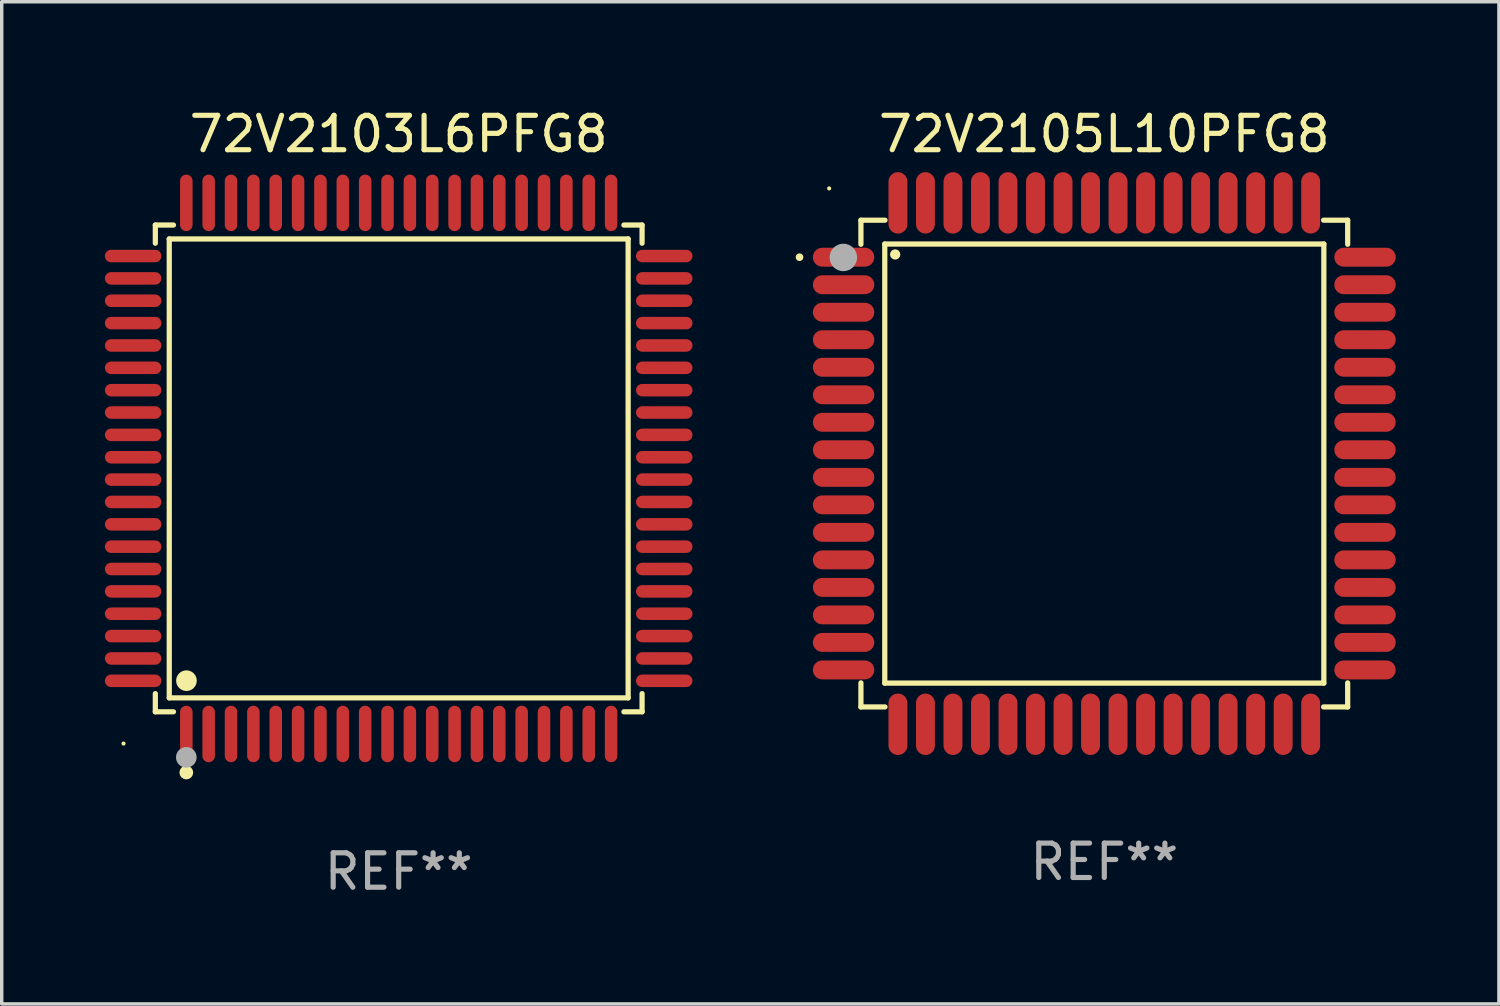
<source format=kicad_pcb>
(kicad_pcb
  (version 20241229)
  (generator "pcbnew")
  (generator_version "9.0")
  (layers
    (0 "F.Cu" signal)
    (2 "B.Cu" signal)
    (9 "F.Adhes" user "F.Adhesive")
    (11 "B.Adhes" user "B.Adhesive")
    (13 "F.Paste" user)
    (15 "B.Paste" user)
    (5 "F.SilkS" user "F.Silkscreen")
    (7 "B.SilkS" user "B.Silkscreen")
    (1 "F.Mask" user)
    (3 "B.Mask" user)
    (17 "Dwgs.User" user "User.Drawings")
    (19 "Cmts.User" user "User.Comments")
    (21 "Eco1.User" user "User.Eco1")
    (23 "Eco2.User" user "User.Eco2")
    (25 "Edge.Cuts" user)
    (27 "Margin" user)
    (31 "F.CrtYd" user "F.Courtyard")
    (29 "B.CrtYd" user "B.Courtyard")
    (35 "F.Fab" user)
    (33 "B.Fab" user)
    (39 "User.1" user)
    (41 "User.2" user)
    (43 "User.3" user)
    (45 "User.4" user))
  (footprint "72V2105L10PFG8"
    (layer "F.Cu")
    (at 29.057 10.428)
    (property "Reference" "72V2105L10PFG8" (at 0 -9.58 0) (layer "F.SilkS") (effects (font (size 1 1) (thickness 0.15))))
    (attr through_hole)
    (fp_line (start -7.076 -7.076) (end -6.376 -7.076) (stroke (width 0.152) (type solid)) (layer "F.SilkS"))
    (fp_line (start -7.076 -6.376) (end -7.076 -7.076) (stroke (width 0.152) (type solid)) (layer "F.SilkS"))
    (fp_line (start -7.076 6.376) (end -7.076 7.076) (stroke (width 0.152) (type solid)) (layer "F.SilkS"))
    (fp_line (start -7.076 7.076) (end -6.376 7.076) (stroke (width 0.152) (type solid)) (layer "F.SilkS"))
    (fp_line (start -6.383 -6.383) (end 6.383 -6.383) (stroke (width 0.152) (type solid)) (layer "F.SilkS"))
    (fp_line (start -6.383 6.383) (end -6.383 -6.383) (stroke (width 0.152) (type solid)) (layer "F.SilkS"))
    (fp_line (start 6.383 -6.383) (end 6.383 6.383) (stroke (width 0.152) (type solid)) (layer "F.SilkS"))
    (fp_line (start 6.383 6.383) (end -6.383 6.383) (stroke (width 0.152) (type solid)) (layer "F.SilkS"))
    (fp_line (start 7.076 -7.076) (end 6.376 -7.076) (stroke (width 0.152) (type solid)) (layer "F.SilkS"))
    (fp_line (start 7.076 -6.376) (end 7.076 -7.076) (stroke (width 0.152) (type solid)) (layer "F.SilkS"))
    (fp_line (start 7.076 6.376) (end 7.076 7.076) (stroke (width 0.152) (type solid)) (layer "F.SilkS"))
    (fp_line (start 7.076 7.076) (end 6.376 7.076) (stroke (width 0.152) (type solid)) (layer "F.SilkS"))
    (fp_circle (center -8.861 -6) (end -8.805 -6) (stroke (width 0.112) (type solid)) (fill no) (layer "F.SilkS"))
    (fp_circle (center -8 -8) (end -7.97 -8) (stroke (width 0.06) (type solid)) (fill no) (layer "F.SilkS"))
    (fp_circle (center -6.08 -6.08) (end -6.005 -6.08) (stroke (width 0.15) (type solid)) (fill no) (layer "F.SilkS"))
    (fp_circle (center -7.587 -5.993) (end -7.387 -5.993) (stroke (width 0.4) (type solid)) (fill no) (layer "F.Fab"))
    (fp_text user "REF**" (at 0 11.58 0) (layer "F.Fab") (effects (font (size 1 1) (thickness 0.15))))
    (pad "1" smd oval (at -7.58 -6) (size 1.785 0.55) (layers "F.Cu" "F.Mask" "F.Paste"))
    (pad "2" smd oval (at -7.58 -5.2) (size 1.785 0.55) (layers "F.Cu" "F.Mask" "F.Paste"))
    (pad "3" smd oval (at -7.58 -4.4) (size 1.785 0.55) (layers "F.Cu" "F.Mask" "F.Paste"))
    (pad "4" smd oval (at -7.58 -3.6) (size 1.785 0.55) (layers "F.Cu" "F.Mask" "F.Paste"))
    (pad "5" smd oval (at -7.58 -2.8) (size 1.785 0.55) (layers "F.Cu" "F.Mask" "F.Paste"))
    (pad "6" smd oval (at -7.58 -2) (size 1.785 0.55) (layers "F.Cu" "F.Mask" "F.Paste"))
    (pad "7" smd oval (at -7.58 -1.2) (size 1.785 0.55) (layers "F.Cu" "F.Mask" "F.Paste"))
    (pad "8" smd oval (at -7.58 -0.4) (size 1.785 0.55) (layers "F.Cu" "F.Mask" "F.Paste"))
    (pad "9" smd oval (at -7.58 0.4) (size 1.785 0.55) (layers "F.Cu" "F.Mask" "F.Paste"))
    (pad "10" smd oval (at -7.58 1.2) (size 1.785 0.55) (layers "F.Cu" "F.Mask" "F.Paste"))
    (pad "11" smd oval (at -7.58 2) (size 1.785 0.55) (layers "F.Cu" "F.Mask" "F.Paste"))
    (pad "12" smd oval (at -7.58 2.8) (size 1.785 0.55) (layers "F.Cu" "F.Mask" "F.Paste"))
    (pad "13" smd oval (at -7.58 3.6) (size 1.785 0.55) (layers "F.Cu" "F.Mask" "F.Paste"))
    (pad "14" smd oval (at -7.58 4.4) (size 1.785 0.55) (layers "F.Cu" "F.Mask" "F.Paste"))
    (pad "15" smd oval (at -7.58 5.2) (size 1.785 0.55) (layers "F.Cu" "F.Mask" "F.Paste"))
    (pad "16" smd oval (at -7.58 6) (size 1.785 0.55) (layers "F.Cu" "F.Mask" "F.Paste"))
    (pad "17" smd oval (at -6 7.58) (size 0.55 1.785) (layers "F.Cu" "F.Mask" "F.Paste"))
    (pad "18" smd oval (at -5.2 7.58) (size 0.55 1.785) (layers "F.Cu" "F.Mask" "F.Paste"))
    (pad "19" smd oval (at -4.4 7.58) (size 0.55 1.785) (layers "F.Cu" "F.Mask" "F.Paste"))
    (pad "20" smd oval (at -3.6 7.58) (size 0.55 1.785) (layers "F.Cu" "F.Mask" "F.Paste"))
    (pad "21" smd oval (at -2.8 7.58) (size 0.55 1.785) (layers "F.Cu" "F.Mask" "F.Paste"))
    (pad "22" smd oval (at -2 7.58) (size 0.55 1.785) (layers "F.Cu" "F.Mask" "F.Paste"))
    (pad "23" smd oval (at -1.2 7.58) (size 0.55 1.785) (layers "F.Cu" "F.Mask" "F.Paste"))
    (pad "24" smd oval (at -0.4 7.58) (size 0.55 1.785) (layers "F.Cu" "F.Mask" "F.Paste"))
    (pad "25" smd oval (at 0.4 7.58) (size 0.55 1.785) (layers "F.Cu" "F.Mask" "F.Paste"))
    (pad "26" smd oval (at 1.2 7.58) (size 0.55 1.785) (layers "F.Cu" "F.Mask" "F.Paste"))
    (pad "27" smd oval (at 2 7.58) (size 0.55 1.785) (layers "F.Cu" "F.Mask" "F.Paste"))
    (pad "28" smd oval (at 2.8 7.58) (size 0.55 1.785) (layers "F.Cu" "F.Mask" "F.Paste"))
    (pad "29" smd oval (at 3.6 7.58) (size 0.55 1.785) (layers "F.Cu" "F.Mask" "F.Paste"))
    (pad "30" smd oval (at 4.4 7.58) (size 0.55 1.785) (layers "F.Cu" "F.Mask" "F.Paste"))
    (pad "31" smd oval (at 5.2 7.58) (size 0.55 1.785) (layers "F.Cu" "F.Mask" "F.Paste"))
    (pad "32" smd oval (at 6 7.58) (size 0.55 1.785) (layers "F.Cu" "F.Mask" "F.Paste"))
    (pad "33" smd oval (at 7.58 6) (size 1.785 0.55) (layers "F.Cu" "F.Mask" "F.Paste"))
    (pad "34" smd oval (at 7.58 5.2) (size 1.785 0.55) (layers "F.Cu" "F.Mask" "F.Paste"))
    (pad "35" smd oval (at 7.58 4.4) (size 1.785 0.55) (layers "F.Cu" "F.Mask" "F.Paste"))
    (pad "36" smd oval (at 7.58 3.6) (size 1.785 0.55) (layers "F.Cu" "F.Mask" "F.Paste"))
    (pad "37" smd oval (at 7.58 2.8) (size 1.785 0.55) (layers "F.Cu" "F.Mask" "F.Paste"))
    (pad "38" smd oval (at 7.58 2) (size 1.785 0.55) (layers "F.Cu" "F.Mask" "F.Paste"))
    (pad "39" smd oval (at 7.58 1.2) (size 1.785 0.55) (layers "F.Cu" "F.Mask" "F.Paste"))
    (pad "40" smd oval (at 7.58 0.4) (size 1.785 0.55) (layers "F.Cu" "F.Mask" "F.Paste"))
    (pad "41" smd oval (at 7.58 -0.4) (size 1.785 0.55) (layers "F.Cu" "F.Mask" "F.Paste"))
    (pad "42" smd oval (at 7.58 -1.2) (size 1.785 0.55) (layers "F.Cu" "F.Mask" "F.Paste"))
    (pad "43" smd oval (at 7.58 -2) (size 1.785 0.55) (layers "F.Cu" "F.Mask" "F.Paste"))
    (pad "44" smd oval (at 7.58 -2.8) (size 1.785 0.55) (layers "F.Cu" "F.Mask" "F.Paste"))
    (pad "45" smd oval (at 7.58 -3.6) (size 1.785 0.55) (layers "F.Cu" "F.Mask" "F.Paste"))
    (pad "46" smd oval (at 7.58 -4.4) (size 1.785 0.55) (layers "F.Cu" "F.Mask" "F.Paste"))
    (pad "47" smd oval (at 7.58 -5.2) (size 1.785 0.55) (layers "F.Cu" "F.Mask" "F.Paste"))
    (pad "48" smd oval (at 7.58 -6) (size 1.785 0.55) (layers "F.Cu" "F.Mask" "F.Paste"))
    (pad "49" smd oval (at 6 -7.58) (size 0.55 1.785) (layers "F.Cu" "F.Mask" "F.Paste"))
    (pad "50" smd oval (at 5.2 -7.58) (size 0.55 1.785) (layers "F.Cu" "F.Mask" "F.Paste"))
    (pad "51" smd oval (at 4.4 -7.58) (size 0.55 1.785) (layers "F.Cu" "F.Mask" "F.Paste"))
    (pad "52" smd oval (at 3.6 -7.58) (size 0.55 1.785) (layers "F.Cu" "F.Mask" "F.Paste"))
    (pad "53" smd oval (at 2.8 -7.58) (size 0.55 1.785) (layers "F.Cu" "F.Mask" "F.Paste"))
    (pad "54" smd oval (at 2 -7.58) (size 0.55 1.785) (layers "F.Cu" "F.Mask" "F.Paste"))
    (pad "55" smd oval (at 1.2 -7.58) (size 0.55 1.785) (layers "F.Cu" "F.Mask" "F.Paste"))
    (pad "56" smd oval (at 0.4 -7.58) (size 0.55 1.785) (layers "F.Cu" "F.Mask" "F.Paste"))
    (pad "57" smd oval (at -0.4 -7.58) (size 0.55 1.785) (layers "F.Cu" "F.Mask" "F.Paste"))
    (pad "58" smd oval (at -1.2 -7.58) (size 0.55 1.785) (layers "F.Cu" "F.Mask" "F.Paste"))
    (pad "59" smd oval (at -2 -7.58) (size 0.55 1.785) (layers "F.Cu" "F.Mask" "F.Paste"))
    (pad "60" smd oval (at -2.8 -7.58) (size 0.55 1.785) (layers "F.Cu" "F.Mask" "F.Paste"))
    (pad "61" smd oval (at -3.6 -7.58) (size 0.55 1.785) (layers "F.Cu" "F.Mask" "F.Paste"))
    (pad "62" smd oval (at -4.4 -7.58) (size 0.55 1.785) (layers "F.Cu" "F.Mask" "F.Paste"))
    (pad "63" smd oval (at -5.2 -7.58) (size 0.55 1.785) (layers "F.Cu" "F.Mask" "F.Paste"))
    (pad "64" smd oval (at -6 -7.58) (size 0.55 1.785) (layers "F.Cu" "F.Mask" "F.Paste")))
  (footprint "72V2103L6PFG8"
    (layer "F.Cu")
    (at 8.542 10.569)
    (property "Reference" "72V2103L6PFG8" (at 0 -9.721 0) (layer "F.SilkS") (effects (font (size 1 1) (thickness 0.15))))
    (attr through_hole)
    (fp_line (start -7.076 -7.076) (end -6.548 -7.076) (stroke (width 0.152) (type solid)) (layer "F.SilkS"))
    (fp_line (start -7.076 -6.548) (end -7.076 -7.076) (stroke (width 0.152) (type solid)) (layer "F.SilkS"))
    (fp_line (start -7.076 6.548) (end -7.076 7.076) (stroke (width 0.152) (type solid)) (layer "F.SilkS"))
    (fp_line (start -7.076 7.076) (end -6.548 7.076) (stroke (width 0.152) (type solid)) (layer "F.SilkS"))
    (fp_line (start -6.671 -6.671) (end 6.671 -6.671) (stroke (width 0.152) (type solid)) (layer "F.SilkS"))
    (fp_line (start -6.671 6.671) (end -6.671 -6.671) (stroke (width 0.152) (type solid)) (layer "F.SilkS"))
    (fp_line (start 6.671 -6.671) (end 6.671 6.671) (stroke (width 0.152) (type solid)) (layer "F.SilkS"))
    (fp_line (start 6.671 6.671) (end -6.671 6.671) (stroke (width 0.152) (type solid)) (layer "F.SilkS"))
    (fp_line (start 7.076 -7.076) (end 6.548 -7.076) (stroke (width 0.152) (type solid)) (layer "F.SilkS"))
    (fp_line (start 7.076 -6.548) (end 7.076 -7.076) (stroke (width 0.152) (type solid)) (layer "F.SilkS"))
    (fp_line (start 7.076 6.548) (end 7.076 7.076) (stroke (width 0.152) (type solid)) (layer "F.SilkS"))
    (fp_line (start 7.076 7.076) (end 6.548 7.076) (stroke (width 0.152) (type solid)) (layer "F.SilkS"))
    (fp_circle (center -8 8) (end -7.97 8) (stroke (width 0.06) (type solid)) (fill no) (layer "F.SilkS"))
    (fp_circle (center -6.175 8.842) (end -6.075 8.842) (stroke (width 0.2) (type solid)) (fill no) (layer "F.SilkS"))
    (fp_circle (center -6.171 6.171) (end -6.021 6.171) (stroke (width 0.3) (type solid)) (fill no) (layer "F.SilkS"))
    (fp_circle (center -6.175 8.4) (end -6.025 8.4) (stroke (width 0.3) (type solid)) (fill no) (layer "F.Fab"))
    (fp_text user "REF**" (at 0 11.721 0) (layer "F.Fab") (effects (font (size 1 1) (thickness 0.15))))
    (pad "1" smd oval (at -6.175 7.721) (size 0.364 1.642) (layers "F.Cu" "F.Mask" "F.Paste"))
    (pad "2" smd oval (at -5.525 7.721) (size 0.364 1.642) (layers "F.Cu" "F.Mask" "F.Paste"))
    (pad "3" smd oval (at -4.875 7.721) (size 0.364 1.642) (layers "F.Cu" "F.Mask" "F.Paste"))
    (pad "4" smd oval (at -4.225 7.721) (size 0.364 1.642) (layers "F.Cu" "F.Mask" "F.Paste"))
    (pad "5" smd oval (at -3.575 7.721) (size 0.364 1.642) (layers "F.Cu" "F.Mask" "F.Paste"))
    (pad "6" smd oval (at -2.925 7.721) (size 0.364 1.642) (layers "F.Cu" "F.Mask" "F.Paste"))
    (pad "7" smd oval (at -2.275 7.721) (size 0.364 1.642) (layers "F.Cu" "F.Mask" "F.Paste"))
    (pad "8" smd oval (at -1.625 7.721) (size 0.364 1.642) (layers "F.Cu" "F.Mask" "F.Paste"))
    (pad "9" smd oval (at -0.975 7.721) (size 0.364 1.642) (layers "F.Cu" "F.Mask" "F.Paste"))
    (pad "10" smd oval (at -0.325 7.721) (size 0.364 1.642) (layers "F.Cu" "F.Mask" "F.Paste"))
    (pad "11" smd oval (at 0.325 7.721) (size 0.364 1.642) (layers "F.Cu" "F.Mask" "F.Paste"))
    (pad "12" smd oval (at 0.975 7.721) (size 0.364 1.642) (layers "F.Cu" "F.Mask" "F.Paste"))
    (pad "13" smd oval (at 1.625 7.721) (size 0.364 1.642) (layers "F.Cu" "F.Mask" "F.Paste"))
    (pad "14" smd oval (at 2.275 7.721) (size 0.364 1.642) (layers "F.Cu" "F.Mask" "F.Paste"))
    (pad "15" smd oval (at 2.925 7.721) (size 0.364 1.642) (layers "F.Cu" "F.Mask" "F.Paste"))
    (pad "16" smd oval (at 3.575 7.721) (size 0.364 1.642) (layers "F.Cu" "F.Mask" "F.Paste"))
    (pad "17" smd oval (at 4.225 7.721) (size 0.364 1.642) (layers "F.Cu" "F.Mask" "F.Paste"))
    (pad "18" smd oval (at 4.875 7.721) (size 0.364 1.642) (layers "F.Cu" "F.Mask" "F.Paste"))
    (pad "19" smd oval (at 5.525 7.721) (size 0.364 1.642) (layers "F.Cu" "F.Mask" "F.Paste"))
    (pad "20" smd oval (at 6.175 7.721) (size 0.364 1.642) (layers "F.Cu" "F.Mask" "F.Paste"))
    (pad "21" smd oval (at 7.721 6.175) (size 1.642 0.364) (layers "F.Cu" "F.Mask" "F.Paste"))
    (pad "22" smd oval (at 7.721 5.525) (size 1.642 0.364) (layers "F.Cu" "F.Mask" "F.Paste"))
    (pad "23" smd oval (at 7.721 4.875) (size 1.642 0.364) (layers "F.Cu" "F.Mask" "F.Paste"))
    (pad "24" smd oval (at 7.721 4.225) (size 1.642 0.364) (layers "F.Cu" "F.Mask" "F.Paste"))
    (pad "25" smd oval (at 7.721 3.575) (size 1.642 0.364) (layers "F.Cu" "F.Mask" "F.Paste"))
    (pad "26" smd oval (at 7.721 2.925) (size 1.642 0.364) (layers "F.Cu" "F.Mask" "F.Paste"))
    (pad "27" smd oval (at 7.721 2.275) (size 1.642 0.364) (layers "F.Cu" "F.Mask" "F.Paste"))
    (pad "28" smd oval (at 7.721 1.625) (size 1.642 0.364) (layers "F.Cu" "F.Mask" "F.Paste"))
    (pad "29" smd oval (at 7.721 0.975) (size 1.642 0.364) (layers "F.Cu" "F.Mask" "F.Paste"))
    (pad "30" smd oval (at 7.721 0.325) (size 1.642 0.364) (layers "F.Cu" "F.Mask" "F.Paste"))
    (pad "31" smd oval (at 7.721 -0.325) (size 1.642 0.364) (layers "F.Cu" "F.Mask" "F.Paste"))
    (pad "32" smd oval (at 7.721 -0.975) (size 1.642 0.364) (layers "F.Cu" "F.Mask" "F.Paste"))
    (pad "33" smd oval (at 7.721 -1.625) (size 1.642 0.364) (layers "F.Cu" "F.Mask" "F.Paste"))
    (pad "34" smd oval (at 7.721 -2.275) (size 1.642 0.364) (layers "F.Cu" "F.Mask" "F.Paste"))
    (pad "35" smd oval (at 7.721 -2.925) (size 1.642 0.364) (layers "F.Cu" "F.Mask" "F.Paste"))
    (pad "36" smd oval (at 7.721 -3.575) (size 1.642 0.364) (layers "F.Cu" "F.Mask" "F.Paste"))
    (pad "37" smd oval (at 7.721 -4.225) (size 1.642 0.364) (layers "F.Cu" "F.Mask" "F.Paste"))
    (pad "38" smd oval (at 7.721 -4.875) (size 1.642 0.364) (layers "F.Cu" "F.Mask" "F.Paste"))
    (pad "39" smd oval (at 7.721 -5.525) (size 1.642 0.364) (layers "F.Cu" "F.Mask" "F.Paste"))
    (pad "40" smd oval (at 7.721 -6.175) (size 1.642 0.364) (layers "F.Cu" "F.Mask" "F.Paste"))
    (pad "41" smd oval (at 6.175 -7.721) (size 0.364 1.642) (layers "F.Cu" "F.Mask" "F.Paste"))
    (pad "42" smd oval (at 5.525 -7.721) (size 0.364 1.642) (layers "F.Cu" "F.Mask" "F.Paste"))
    (pad "43" smd oval (at 4.875 -7.721) (size 0.364 1.642) (layers "F.Cu" "F.Mask" "F.Paste"))
    (pad "44" smd oval (at 4.225 -7.721) (size 0.364 1.642) (layers "F.Cu" "F.Mask" "F.Paste"))
    (pad "45" smd oval (at 3.575 -7.721) (size 0.364 1.642) (layers "F.Cu" "F.Mask" "F.Paste"))
    (pad "46" smd oval (at 2.925 -7.721) (size 0.364 1.642) (layers "F.Cu" "F.Mask" "F.Paste"))
    (pad "47" smd oval (at 2.275 -7.721) (size 0.364 1.642) (layers "F.Cu" "F.Mask" "F.Paste"))
    (pad "48" smd oval (at 1.625 -7.721) (size 0.364 1.642) (layers "F.Cu" "F.Mask" "F.Paste"))
    (pad "49" smd oval (at 0.975 -7.721) (size 0.364 1.642) (layers "F.Cu" "F.Mask" "F.Paste"))
    (pad "50" smd oval (at 0.325 -7.721) (size 0.364 1.642) (layers "F.Cu" "F.Mask" "F.Paste"))
    (pad "51" smd oval (at -0.325 -7.721) (size 0.364 1.642) (layers "F.Cu" "F.Mask" "F.Paste"))
    (pad "52" smd oval (at -0.975 -7.721) (size 0.364 1.642) (layers "F.Cu" "F.Mask" "F.Paste"))
    (pad "53" smd oval (at -1.625 -7.721) (size 0.364 1.642) (layers "F.Cu" "F.Mask" "F.Paste"))
    (pad "54" smd oval (at -2.275 -7.721) (size 0.364 1.642) (layers "F.Cu" "F.Mask" "F.Paste"))
    (pad "55" smd oval (at -2.925 -7.721) (size 0.364 1.642) (layers "F.Cu" "F.Mask" "F.Paste"))
    (pad "56" smd oval (at -3.575 -7.721) (size 0.364 1.642) (layers "F.Cu" "F.Mask" "F.Paste"))
    (pad "57" smd oval (at -4.225 -7.721) (size 0.364 1.642) (layers "F.Cu" "F.Mask" "F.Paste"))
    (pad "58" smd oval (at -4.875 -7.721) (size 0.364 1.642) (layers "F.Cu" "F.Mask" "F.Paste"))
    (pad "59" smd oval (at -5.525 -7.721) (size 0.364 1.642) (layers "F.Cu" "F.Mask" "F.Paste"))
    (pad "60" smd oval (at -6.175 -7.721) (size 0.364 1.642) (layers "F.Cu" "F.Mask" "F.Paste"))
    (pad "61" smd oval (at -7.721 -6.175) (size 1.642 0.364) (layers "F.Cu" "F.Mask" "F.Paste"))
    (pad "62" smd oval (at -7.721 -5.525) (size 1.642 0.364) (layers "F.Cu" "F.Mask" "F.Paste"))
    (pad "63" smd oval (at -7.721 -4.875) (size 1.642 0.364) (layers "F.Cu" "F.Mask" "F.Paste"))
    (pad "64" smd oval (at -7.721 -4.225) (size 1.642 0.364) (layers "F.Cu" "F.Mask" "F.Paste"))
    (pad "65" smd oval (at -7.721 -3.575) (size 1.642 0.364) (layers "F.Cu" "F.Mask" "F.Paste"))
    (pad "66" smd oval (at -7.721 -2.925) (size 1.642 0.364) (layers "F.Cu" "F.Mask" "F.Paste"))
    (pad "67" smd oval (at -7.721 -2.275) (size 1.642 0.364) (layers "F.Cu" "F.Mask" "F.Paste"))
    (pad "68" smd oval (at -7.721 -1.625) (size 1.642 0.364) (layers "F.Cu" "F.Mask" "F.Paste"))
    (pad "69" smd oval (at -7.721 -0.975) (size 1.642 0.364) (layers "F.Cu" "F.Mask" "F.Paste"))
    (pad "70" smd oval (at -7.721 -0.325) (size 1.642 0.364) (layers "F.Cu" "F.Mask" "F.Paste"))
    (pad "71" smd oval (at -7.721 0.325) (size 1.642 0.364) (layers "F.Cu" "F.Mask" "F.Paste"))
    (pad "72" smd oval (at -7.721 0.975) (size 1.642 0.364) (layers "F.Cu" "F.Mask" "F.Paste"))
    (pad "73" smd oval (at -7.721 1.625) (size 1.642 0.364) (layers "F.Cu" "F.Mask" "F.Paste"))
    (pad "74" smd oval (at -7.721 2.275) (size 1.642 0.364) (layers "F.Cu" "F.Mask" "F.Paste"))
    (pad "75" smd oval (at -7.721 2.925) (size 1.642 0.364) (layers "F.Cu" "F.Mask" "F.Paste"))
    (pad "76" smd oval (at -7.721 3.575) (size 1.642 0.364) (layers "F.Cu" "F.Mask" "F.Paste"))
    (pad "77" smd oval (at -7.721 4.225) (size 1.642 0.364) (layers "F.Cu" "F.Mask" "F.Paste"))
    (pad "78" smd oval (at -7.721 4.875) (size 1.642 0.364) (layers "F.Cu" "F.Mask" "F.Paste"))
    (pad "79" smd oval (at -7.721 5.525) (size 1.642 0.364) (layers "F.Cu" "F.Mask" "F.Paste"))
    (pad "80" smd oval (at -7.721 6.175) (size 1.642 0.364) (layers "F.Cu" "F.Mask" "F.Paste")))
  (gr_rect
    (start -3 -3)
    (end 40.53 26.139)
    (stroke (width 0.1) (type default))
    (fill no)
    (layer "Edge.Cuts")))
</source>
